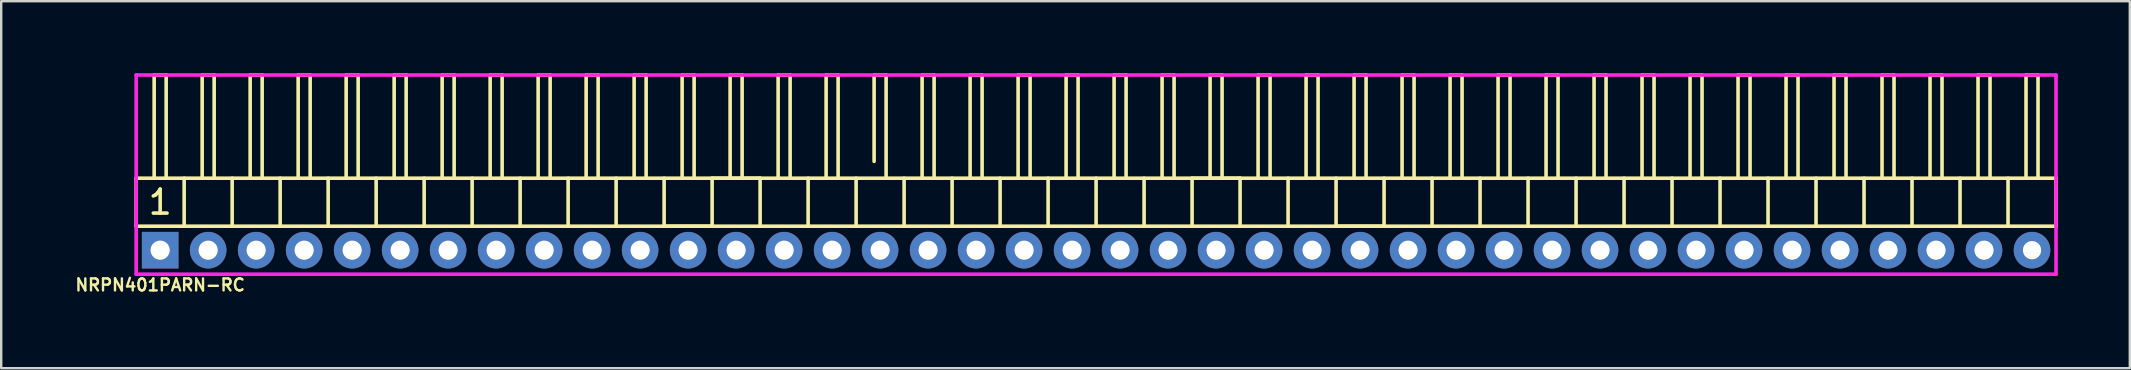
<source format=kicad_pcb>
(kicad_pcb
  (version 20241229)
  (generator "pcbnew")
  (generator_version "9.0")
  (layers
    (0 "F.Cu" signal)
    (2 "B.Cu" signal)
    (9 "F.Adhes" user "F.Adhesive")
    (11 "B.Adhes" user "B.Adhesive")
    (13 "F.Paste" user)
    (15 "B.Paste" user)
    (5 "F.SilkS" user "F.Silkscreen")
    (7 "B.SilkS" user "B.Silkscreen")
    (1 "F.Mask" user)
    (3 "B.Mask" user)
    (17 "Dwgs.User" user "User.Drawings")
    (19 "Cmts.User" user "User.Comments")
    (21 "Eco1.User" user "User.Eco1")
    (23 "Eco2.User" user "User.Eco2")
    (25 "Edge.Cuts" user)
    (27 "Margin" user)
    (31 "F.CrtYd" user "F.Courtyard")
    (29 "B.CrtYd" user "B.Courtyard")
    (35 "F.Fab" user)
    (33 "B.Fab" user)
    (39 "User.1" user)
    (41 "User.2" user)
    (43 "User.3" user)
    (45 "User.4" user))
  (footprint "NRPN401PARN-RC"
    (layer "F.Cu")
    (at 3.624 7.375)
    (property "Reference" "NRPN401PARN-RC" (at 0 1.45 0) (layer "F.SilkS") (effects (font (size 0.5 0.5) (thickness 0.1))))
    (attr through_hole)
    (fp_line (start -1 -3) (end -1 -1) (stroke (width 0.15) (type solid)) (layer "F.SilkS"))
    (fp_line (start -1 -1) (end 79 -1) (stroke (width 0.15) (type solid)) (layer "F.SilkS"))
    (fp_line (start -0.25 -3) (end -0.25 -7.3) (stroke (width 0.15) (type solid)) (layer "F.SilkS"))
    (fp_line (start 0.25 -7.3) (end -0.25 -7.3) (stroke (width 0.15) (type solid)) (layer "F.SilkS"))
    (fp_line (start 0.25 -3) (end 0.25 -7.3) (stroke (width 0.15) (type solid)) (layer "F.SilkS"))
    (fp_line (start 1 -3) (end 1 -1) (stroke (width 0.15) (type solid)) (layer "F.SilkS"))
    (fp_line (start 1.75 -3) (end 1.75 -7.3) (stroke (width 0.15) (type solid)) (layer "F.SilkS"))
    (fp_line (start 2.25 -7.3) (end 1.75 -7.3) (stroke (width 0.15) (type solid)) (layer "F.SilkS"))
    (fp_line (start 2.25 -3) (end 2.25 -7.3) (stroke (width 0.15) (type solid)) (layer "F.SilkS"))
    (fp_line (start 3 -1) (end 3 -3) (stroke (width 0.15) (type solid)) (layer "F.SilkS"))
    (fp_line (start 3.75 -3) (end 3.75 -7.3) (stroke (width 0.15) (type solid)) (layer "F.SilkS"))
    (fp_line (start 4.25 -7.3) (end 3.75 -7.3) (stroke (width 0.15) (type solid)) (layer "F.SilkS"))
    (fp_line (start 4.25 -3) (end 4.25 -7.3) (stroke (width 0.15) (type solid)) (layer "F.SilkS"))
    (fp_line (start 5 -3) (end 5 -1) (stroke (width 0.15) (type solid)) (layer "F.SilkS"))
    (fp_line (start 5.75 -3) (end 5.75 -7.3) (stroke (width 0.15) (type solid)) (layer "F.SilkS"))
    (fp_line (start 6.25 -7.3) (end 5.75 -7.3) (stroke (width 0.15) (type solid)) (layer "F.SilkS"))
    (fp_line (start 6.25 -3) (end 6.25 -7.3) (stroke (width 0.15) (type solid)) (layer "F.SilkS"))
    (fp_line (start 7 -1) (end 7 -3) (stroke (width 0.15) (type solid)) (layer "F.SilkS"))
    (fp_line (start 7.75 -3) (end 7.75 -7.3) (stroke (width 0.15) (type solid)) (layer "F.SilkS"))
    (fp_line (start 8.25 -7.3) (end 7.75 -7.3) (stroke (width 0.15) (type solid)) (layer "F.SilkS"))
    (fp_line (start 8.25 -3) (end 8.25 -7.3) (stroke (width 0.15) (type solid)) (layer "F.SilkS"))
    (fp_line (start 9 -1) (end 9 -3) (stroke (width 0.15) (type solid)) (layer "F.SilkS"))
    (fp_line (start 9.75 -3) (end 9.75 -7.3) (stroke (width 0.15) (type solid)) (layer "F.SilkS"))
    (fp_line (start 10.25 -7.3) (end 9.75 -7.3) (stroke (width 0.15) (type solid)) (layer "F.SilkS"))
    (fp_line (start 10.25 -3) (end 10.25 -7.3) (stroke (width 0.15) (type solid)) (layer "F.SilkS"))
    (fp_line (start 11 -3) (end 11 -1) (stroke (width 0.15) (type solid)) (layer "F.SilkS"))
    (fp_line (start 11.75 -3) (end 11.75 -7.3) (stroke (width 0.15) (type solid)) (layer "F.SilkS"))
    (fp_line (start 12.25 -7.3) (end 11.75 -7.3) (stroke (width 0.15) (type solid)) (layer "F.SilkS"))
    (fp_line (start 12.25 -3) (end 12.25 -7.3) (stroke (width 0.15) (type solid)) (layer "F.SilkS"))
    (fp_line (start 13 -1) (end 13 -3) (stroke (width 0.15) (type solid)) (layer "F.SilkS"))
    (fp_line (start 13.75 -3) (end 13.75 -7.3) (stroke (width 0.15) (type solid)) (layer "F.SilkS"))
    (fp_line (start 14.25 -7.3) (end 13.75 -7.3) (stroke (width 0.15) (type solid)) (layer "F.SilkS"))
    (fp_line (start 14.25 -3) (end 14.25 -7.3) (stroke (width 0.15) (type solid)) (layer "F.SilkS"))
    (fp_line (start 15 -3) (end 15 -1) (stroke (width 0.15) (type solid)) (layer "F.SilkS"))
    (fp_line (start 15.75 -3) (end 15.75 -7.3) (stroke (width 0.15) (type solid)) (layer "F.SilkS"))
    (fp_line (start 16.25 -7.3) (end 15.75 -7.3) (stroke (width 0.15) (type solid)) (layer "F.SilkS"))
    (fp_line (start 16.25 -3) (end 16.25 -7.3) (stroke (width 0.15) (type solid)) (layer "F.SilkS"))
    (fp_line (start 17 -1) (end 17 -3) (stroke (width 0.15) (type solid)) (layer "F.SilkS"))
    (fp_line (start 17.75 -3) (end 17.75 -7.3) (stroke (width 0.15) (type solid)) (layer "F.SilkS"))
    (fp_line (start 18.25 -7.3) (end 17.75 -7.3) (stroke (width 0.15) (type solid)) (layer "F.SilkS"))
    (fp_line (start 18.25 -3) (end 18.25 -7.3) (stroke (width 0.15) (type solid)) (layer "F.SilkS"))
    (fp_line (start 19 -1) (end 19 -3) (stroke (width 0.15) (type solid)) (layer "F.SilkS"))
    (fp_line (start 19.75 -3) (end 19.75 -7.3) (stroke (width 0.15) (type solid)) (layer "F.SilkS"))
    (fp_line (start 20.25 -7.3) (end 19.75 -7.3) (stroke (width 0.15) (type solid)) (layer "F.SilkS"))
    (fp_line (start 20.25 -3) (end 20.25 -7.3) (stroke (width 0.15) (type solid)) (layer "F.SilkS"))
    (fp_line (start 21 -3) (end 21 -1) (stroke (width 0.15) (type solid)) (layer "F.SilkS"))
    (fp_line (start 21 -1) (end 23 -1) (stroke (width 0.15) (type solid)) (layer "F.SilkS"))
    (fp_line (start 21.75 -3) (end 21.75 -7.3) (stroke (width 0.15) (type solid)) (layer "F.SilkS"))
    (fp_line (start 22.25 -7.3) (end 21.75 -7.3) (stroke (width 0.15) (type solid)) (layer "F.SilkS"))
    (fp_line (start 22.25 -3) (end 22.25 -7.3) (stroke (width 0.15) (type solid)) (layer "F.SilkS"))
    (fp_line (start 23 -3) (end 25 -3) (stroke (width 0.15) (type solid)) (layer "F.SilkS"))
    (fp_line (start 23 -1) (end 23 -3) (stroke (width 0.15) (type solid)) (layer "F.SilkS"))
    (fp_line (start 23.75 -3) (end 23.75 -7.3) (stroke (width 0.15) (type solid)) (layer "F.SilkS"))
    (fp_line (start 24.25 -7.3) (end 23.75 -7.3) (stroke (width 0.15) (type solid)) (layer "F.SilkS"))
    (fp_line (start 24.25 -3) (end 24.25 -7.3) (stroke (width 0.15) (type solid)) (layer "F.SilkS"))
    (fp_line (start 25 -3) (end 25 -1) (stroke (width 0.15) (type solid)) (layer "F.SilkS"))
    (fp_line (start 25.75 -3) (end 25.75 -7.3) (stroke (width 0.15) (type solid)) (layer "F.SilkS"))
    (fp_line (start 26.25 -7.3) (end 25.75 -7.3) (stroke (width 0.15) (type solid)) (layer "F.SilkS"))
    (fp_line (start 26.25 -3) (end 26.25 -7.3) (stroke (width 0.15) (type solid)) (layer "F.SilkS"))
    (fp_line (start 27 -3) (end 27 -1) (stroke (width 0.15) (type solid)) (layer "F.SilkS"))
    (fp_line (start 27.75 -3) (end 27.75 -7.3) (stroke (width 0.15) (type solid)) (layer "F.SilkS"))
    (fp_line (start 28.25 -7.3) (end 27.75 -7.3) (stroke (width 0.15) (type solid)) (layer "F.SilkS"))
    (fp_line (start 28.25 -3) (end 28.25 -7.3) (stroke (width 0.15) (type solid)) (layer "F.SilkS"))
    (fp_line (start 29 -1) (end 29 -3) (stroke (width 0.15) (type solid)) (layer "F.SilkS"))
    (fp_line (start 29.75 -3.7) (end 29.75 -7.3) (stroke (width 0.15) (type solid)) (layer "F.SilkS"))
    (fp_line (start 30.25 -7.3) (end 29.75 -7.3) (stroke (width 0.15) (type solid)) (layer "F.SilkS"))
    (fp_line (start 30.25 -3) (end 30.25 -7.3) (stroke (width 0.15) (type solid)) (layer "F.SilkS"))
    (fp_line (start 31 -1) (end 31 -3) (stroke (width 0.15) (type solid)) (layer "F.SilkS"))
    (fp_line (start 31.75 -3) (end 31.75 -7.3) (stroke (width 0.15) (type solid)) (layer "F.SilkS"))
    (fp_line (start 32.25 -7.3) (end 31.75 -7.3) (stroke (width 0.15) (type solid)) (layer "F.SilkS"))
    (fp_line (start 32.25 -3) (end 32.25 -7.3) (stroke (width 0.15) (type solid)) (layer "F.SilkS"))
    (fp_line (start 33 -1) (end 33 -3) (stroke (width 0.15) (type solid)) (layer "F.SilkS"))
    (fp_line (start 33.75 -3) (end 33.75 -7.3) (stroke (width 0.15) (type solid)) (layer "F.SilkS"))
    (fp_line (start 34.25 -7.3) (end 33.75 -7.3) (stroke (width 0.15) (type solid)) (layer "F.SilkS"))
    (fp_line (start 34.25 -3) (end 34.25 -7.3) (stroke (width 0.15) (type solid)) (layer "F.SilkS"))
    (fp_line (start 35 -1) (end 35 -3) (stroke (width 0.15) (type solid)) (layer "F.SilkS"))
    (fp_line (start 35.75 -3) (end 35.75 -7.3) (stroke (width 0.15) (type solid)) (layer "F.SilkS"))
    (fp_line (start 36.25 -7.3) (end 35.75 -7.3) (stroke (width 0.15) (type solid)) (layer "F.SilkS"))
    (fp_line (start 36.25 -3) (end 36.25 -7.3) (stroke (width 0.15) (type solid)) (layer "F.SilkS"))
    (fp_line (start 37 -1) (end 37 -3) (stroke (width 0.15) (type solid)) (layer "F.SilkS"))
    (fp_line (start 37.75 -3) (end 37.75 -7.3) (stroke (width 0.15) (type solid)) (layer "F.SilkS"))
    (fp_line (start 38.25 -7.3) (end 37.75 -7.3) (stroke (width 0.15) (type solid)) (layer "F.SilkS"))
    (fp_line (start 38.25 -3) (end 38.25 -7.3) (stroke (width 0.15) (type solid)) (layer "F.SilkS"))
    (fp_line (start 39 -3) (end 39 -1) (stroke (width 0.15) (type solid)) (layer "F.SilkS"))
    (fp_line (start 39.75 -3) (end 39.75 -7.3) (stroke (width 0.15) (type solid)) (layer "F.SilkS"))
    (fp_line (start 40.25 -7.3) (end 39.75 -7.3) (stroke (width 0.15) (type solid)) (layer "F.SilkS"))
    (fp_line (start 40.25 -3) (end 40.25 -7.3) (stroke (width 0.15) (type solid)) (layer "F.SilkS"))
    (fp_line (start 41 -1) (end 41 -3) (stroke (width 0.15) (type solid)) (layer "F.SilkS"))
    (fp_line (start 41.75 -3) (end 41.75 -7.3) (stroke (width 0.15) (type solid)) (layer "F.SilkS"))
    (fp_line (start 42.25 -7.3) (end 41.75 -7.3) (stroke (width 0.15) (type solid)) (layer "F.SilkS"))
    (fp_line (start 42.25 -3) (end 42.25 -7.3) (stroke (width 0.15) (type solid)) (layer "F.SilkS"))
    (fp_line (start 43 -3) (end 45 -3) (stroke (width 0.15) (type solid)) (layer "F.SilkS"))
    (fp_line (start 43 -1) (end 43 -3) (stroke (width 0.15) (type solid)) (layer "F.SilkS"))
    (fp_line (start 43.75 -3) (end 43.75 -7.3) (stroke (width 0.15) (type solid)) (layer "F.SilkS"))
    (fp_line (start 44.25 -7.3) (end 43.75 -7.3) (stroke (width 0.15) (type solid)) (layer "F.SilkS"))
    (fp_line (start 44.25 -3) (end 44.25 -7.3) (stroke (width 0.15) (type solid)) (layer "F.SilkS"))
    (fp_line (start 45 -3) (end 45 -1) (stroke (width 0.15) (type solid)) (layer "F.SilkS"))
    (fp_line (start 45.75 -3) (end 45.75 -7.3) (stroke (width 0.15) (type solid)) (layer "F.SilkS"))
    (fp_line (start 46.25 -7.3) (end 45.75 -7.3) (stroke (width 0.15) (type solid)) (layer "F.SilkS"))
    (fp_line (start 46.25 -3) (end 46.25 -7.3) (stroke (width 0.15) (type solid)) (layer "F.SilkS"))
    (fp_line (start 47 -1) (end 47 -3) (stroke (width 0.15) (type solid)) (layer "F.SilkS"))
    (fp_line (start 47.75 -3) (end 47.75 -7.3) (stroke (width 0.15) (type solid)) (layer "F.SilkS"))
    (fp_line (start 48.25 -7.3) (end 47.75 -7.3) (stroke (width 0.15) (type solid)) (layer "F.SilkS"))
    (fp_line (start 48.25 -3) (end 48.25 -7.3) (stroke (width 0.15) (type solid)) (layer "F.SilkS"))
    (fp_line (start 49 -3) (end 49 -1) (stroke (width 0.15) (type solid)) (layer "F.SilkS"))
    (fp_line (start 49 -1) (end 51 -1) (stroke (width 0.15) (type solid)) (layer "F.SilkS"))
    (fp_line (start 49.75 -3) (end 49.75 -7.3) (stroke (width 0.15) (type solid)) (layer "F.SilkS"))
    (fp_line (start 50.25 -7.3) (end 49.75 -7.3) (stroke (width 0.15) (type solid)) (layer "F.SilkS"))
    (fp_line (start 50.25 -3) (end 50.25 -7.3) (stroke (width 0.15) (type solid)) (layer "F.SilkS"))
    (fp_line (start 51 -3) (end 51 -1) (stroke (width 0.15) (type solid)) (layer "F.SilkS"))
    (fp_line (start 51.75 -3) (end 51.75 -7.3) (stroke (width 0.15) (type solid)) (layer "F.SilkS"))
    (fp_line (start 52.25 -7.3) (end 51.75 -7.3) (stroke (width 0.15) (type solid)) (layer "F.SilkS"))
    (fp_line (start 52.25 -3) (end 52.25 -7.3) (stroke (width 0.15) (type solid)) (layer "F.SilkS"))
    (fp_line (start 53 -1) (end 53 -3) (stroke (width 0.15) (type solid)) (layer "F.SilkS"))
    (fp_line (start 53.75 -3) (end 53.75 -7.3) (stroke (width 0.15) (type solid)) (layer "F.SilkS"))
    (fp_line (start 54.25 -7.3) (end 53.75 -7.3) (stroke (width 0.15) (type solid)) (layer "F.SilkS"))
    (fp_line (start 54.25 -3) (end 54.25 -7.3) (stroke (width 0.15) (type solid)) (layer "F.SilkS"))
    (fp_line (start 55 -3) (end 55 -1) (stroke (width 0.15) (type solid)) (layer "F.SilkS"))
    (fp_line (start 55.75 -3) (end 55.75 -7.3) (stroke (width 0.15) (type solid)) (layer "F.SilkS"))
    (fp_line (start 56.25 -7.3) (end 55.75 -7.3) (stroke (width 0.15) (type solid)) (layer "F.SilkS"))
    (fp_line (start 56.25 -3) (end 56.25 -7.3) (stroke (width 0.15) (type solid)) (layer "F.SilkS"))
    (fp_line (start 57 -3) (end 57 -1) (stroke (width 0.15) (type solid)) (layer "F.SilkS"))
    (fp_line (start 57.75 -3) (end 57.75 -7.3) (stroke (width 0.15) (type solid)) (layer "F.SilkS"))
    (fp_line (start 58.25 -7.3) (end 57.75 -7.3) (stroke (width 0.15) (type solid)) (layer "F.SilkS"))
    (fp_line (start 58.25 -3) (end 58.25 -7.3) (stroke (width 0.15) (type solid)) (layer "F.SilkS"))
    (fp_line (start 59 -3) (end 59 -1) (stroke (width 0.15) (type solid)) (layer "F.SilkS"))
    (fp_line (start 59.75 -3) (end 59.75 -7.3) (stroke (width 0.15) (type solid)) (layer "F.SilkS"))
    (fp_line (start 60.25 -7.3) (end 59.75 -7.3) (stroke (width 0.15) (type solid)) (layer "F.SilkS"))
    (fp_line (start 60.25 -3) (end 60.25 -7.3) (stroke (width 0.15) (type solid)) (layer "F.SilkS"))
    (fp_line (start 61 -1) (end 61 -3) (stroke (width 0.15) (type solid)) (layer "F.SilkS"))
    (fp_line (start 61.75 -3) (end 61.75 -7.3) (stroke (width 0.15) (type solid)) (layer "F.SilkS"))
    (fp_line (start 62.25 -7.3) (end 61.75 -7.3) (stroke (width 0.15) (type solid)) (layer "F.SilkS"))
    (fp_line (start 62.25 -3) (end 62.25 -7.3) (stroke (width 0.15) (type solid)) (layer "F.SilkS"))
    (fp_line (start 63 -1) (end 63 -3) (stroke (width 0.15) (type solid)) (layer "F.SilkS"))
    (fp_line (start 63.75 -3) (end 63.75 -7.3) (stroke (width 0.15) (type solid)) (layer "F.SilkS"))
    (fp_line (start 64.25 -7.3) (end 63.75 -7.3) (stroke (width 0.15) (type solid)) (layer "F.SilkS"))
    (fp_line (start 64.25 -3) (end 64.25 -7.3) (stroke (width 0.15) (type solid)) (layer "F.SilkS"))
    (fp_line (start 65 -1) (end 65 -3) (stroke (width 0.15) (type solid)) (layer "F.SilkS"))
    (fp_line (start 65.75 -3) (end 65.75 -7.3) (stroke (width 0.15) (type solid)) (layer "F.SilkS"))
    (fp_line (start 66.25 -7.3) (end 65.75 -7.3) (stroke (width 0.15) (type solid)) (layer "F.SilkS"))
    (fp_line (start 66.25 -3) (end 66.25 -7.3) (stroke (width 0.15) (type solid)) (layer "F.SilkS"))
    (fp_line (start 67 -1) (end 67 -3) (stroke (width 0.15) (type solid)) (layer "F.SilkS"))
    (fp_line (start 67.75 -3) (end 67.75 -7.3) (stroke (width 0.15) (type solid)) (layer "F.SilkS"))
    (fp_line (start 68.25 -7.3) (end 67.75 -7.3) (stroke (width 0.15) (type solid)) (layer "F.SilkS"))
    (fp_line (start 68.25 -3) (end 68.25 -7.3) (stroke (width 0.15) (type solid)) (layer "F.SilkS"))
    (fp_line (start 69 -1) (end 69 -3) (stroke (width 0.15) (type solid)) (layer "F.SilkS"))
    (fp_line (start 69.75 -3) (end 69.75 -7.3) (stroke (width 0.15) (type solid)) (layer "F.SilkS"))
    (fp_line (start 70.25 -7.3) (end 69.75 -7.3) (stroke (width 0.15) (type solid)) (layer "F.SilkS"))
    (fp_line (start 70.25 -3) (end 70.25 -7.3) (stroke (width 0.15) (type solid)) (layer "F.SilkS"))
    (fp_line (start 71 -1) (end 71 -3) (stroke (width 0.15) (type solid)) (layer "F.SilkS"))
    (fp_line (start 71.75 -3) (end 71.75 -7.3) (stroke (width 0.15) (type solid)) (layer "F.SilkS"))
    (fp_line (start 72.25 -7.3) (end 71.75 -7.3) (stroke (width 0.15) (type solid)) (layer "F.SilkS"))
    (fp_line (start 72.25 -3) (end 72.25 -7.3) (stroke (width 0.15) (type solid)) (layer "F.SilkS"))
    (fp_line (start 73 -1) (end 73 -3) (stroke (width 0.15) (type solid)) (layer "F.SilkS"))
    (fp_line (start 73.75 -3) (end 73.75 -7.3) (stroke (width 0.15) (type solid)) (layer "F.SilkS"))
    (fp_line (start 74.25 -7.3) (end 73.75 -7.3) (stroke (width 0.15) (type solid)) (layer "F.SilkS"))
    (fp_line (start 74.25 -3) (end 74.25 -7.3) (stroke (width 0.15) (type solid)) (layer "F.SilkS"))
    (fp_line (start 75 -1) (end 75 -3) (stroke (width 0.15) (type solid)) (layer "F.SilkS"))
    (fp_line (start 75.75 -3) (end 75.75 -7.3) (stroke (width 0.15) (type solid)) (layer "F.SilkS"))
    (fp_line (start 76.25 -7.3) (end 75.75 -7.3) (stroke (width 0.15) (type solid)) (layer "F.SilkS"))
    (fp_line (start 76.25 -3) (end 76.25 -7.3) (stroke (width 0.15) (type solid)) (layer "F.SilkS"))
    (fp_line (start 77 -1) (end 77 -3) (stroke (width 0.15) (type solid)) (layer "F.SilkS"))
    (fp_line (start 77.75 -3) (end 77.75 -7.3) (stroke (width 0.15) (type solid)) (layer "F.SilkS"))
    (fp_line (start 78.25 -7.3) (end 77.75 -7.3) (stroke (width 0.15) (type solid)) (layer "F.SilkS"))
    (fp_line (start 78.25 -3) (end 78.25 -7.3) (stroke (width 0.15) (type solid)) (layer "F.SilkS"))
    (fp_line (start 79 -3) (end -1 -3) (stroke (width 0.15) (type solid)) (layer "F.SilkS"))
    (fp_line (start 79 -1) (end 79 -3) (stroke (width 0.15) (type solid)) (layer "F.SilkS"))
    (fp_line (start -1 -7.3) (end -1 1) (stroke (width 0.15) (type solid)) (layer "F.CrtYd"))
    (fp_line (start -1 1) (end 79 1) (stroke (width 0.15) (type solid)) (layer "F.CrtYd"))
    (fp_line (start 79 -7.3) (end -1 -7.3) (stroke (width 0.15) (type solid)) (layer "F.CrtYd"))
    (fp_line (start 79 1) (end 79 -7.3) (stroke (width 0.15) (type solid)) (layer "F.CrtYd"))
    (fp_text user "1" (at 0 -2 0) (layer "F.SilkS") (effects (font (size 1 1) (thickness 0.15))))
    (pad "1" thru_hole rect (at 0 0) (size 1.524 1.524) (drill 0.8) (layers "*.Cu" "*.Mask"))
    (pad "2" thru_hole circle (at 2 0) (size 1.524 1.524) (drill 0.8) (layers "*.Cu" "*.Mask"))
    (pad "3" thru_hole circle (at 4 0) (size 1.524 1.524) (drill 0.8) (layers "*.Cu" "*.Mask"))
    (pad "4" thru_hole circle (at 6 0) (size 1.524 1.524) (drill 0.8) (layers "*.Cu" "*.Mask"))
    (pad "5" thru_hole circle (at 8 0) (size 1.524 1.524) (drill 0.8) (layers "*.Cu" "*.Mask"))
    (pad "6" thru_hole circle (at 10 0) (size 1.524 1.524) (drill 0.8) (layers "*.Cu" "*.Mask"))
    (pad "7" thru_hole circle (at 12 0) (size 1.524 1.524) (drill 0.8) (layers "*.Cu" "*.Mask"))
    (pad "8" thru_hole circle (at 14 0) (size 1.524 1.524) (drill 0.8) (layers "*.Cu" "*.Mask"))
    (pad "9" thru_hole circle (at 16 0) (size 1.524 1.524) (drill 0.8) (layers "*.Cu" "*.Mask"))
    (pad "10" thru_hole circle (at 18 0) (size 1.524 1.524) (drill 0.8) (layers "*.Cu" "*.Mask"))
    (pad "11" thru_hole circle (at 20 0) (size 1.524 1.524) (drill 0.8) (layers "*.Cu" "*.Mask"))
    (pad "12" thru_hole circle (at 22 0) (size 1.524 1.524) (drill 0.8) (layers "*.Cu" "*.Mask"))
    (pad "13" thru_hole circle (at 24 0) (size 1.524 1.524) (drill 0.8) (layers "*.Cu" "*.Mask"))
    (pad "14" thru_hole circle (at 26 0) (size 1.524 1.524) (drill 0.8) (layers "*.Cu" "*.Mask"))
    (pad "15" thru_hole circle (at 28 0) (size 1.524 1.524) (drill 0.8) (layers "*.Cu" "*.Mask"))
    (pad "16" thru_hole circle (at 30 0) (size 1.524 1.524) (drill 0.8) (layers "*.Cu" "*.Mask"))
    (pad "17" thru_hole circle (at 32 0) (size 1.524 1.524) (drill 0.8) (layers "*.Cu" "*.Mask"))
    (pad "18" thru_hole circle (at 34 0) (size 1.524 1.524) (drill 0.8) (layers "*.Cu" "*.Mask"))
    (pad "19" thru_hole circle (at 36 0) (size 1.524 1.524) (drill 0.8) (layers "*.Cu" "*.Mask"))
    (pad "20" thru_hole circle (at 38 0) (size 1.524 1.524) (drill 0.8) (layers "*.Cu" "*.Mask"))
    (pad "21" thru_hole circle (at 40 0) (size 1.524 1.524) (drill 0.8) (layers "*.Cu" "*.Mask"))
    (pad "22" thru_hole circle (at 42 0) (size 1.524 1.524) (drill 0.8) (layers "*.Cu" "*.Mask"))
    (pad "23" thru_hole circle (at 44 0) (size 1.524 1.524) (drill 0.8) (layers "*.Cu" "*.Mask"))
    (pad "24" thru_hole circle (at 46 0) (size 1.524 1.524) (drill 0.8) (layers "*.Cu" "*.Mask"))
    (pad "25" thru_hole circle (at 48 0) (size 1.524 1.524) (drill 0.8) (layers "*.Cu" "*.Mask"))
    (pad "26" thru_hole circle (at 50 0) (size 1.524 1.524) (drill 0.8) (layers "*.Cu" "*.Mask"))
    (pad "27" thru_hole circle (at 52 0) (size 1.524 1.524) (drill 0.8) (layers "*.Cu" "*.Mask"))
    (pad "28" thru_hole circle (at 54 0) (size 1.524 1.524) (drill 0.8) (layers "*.Cu" "*.Mask"))
    (pad "29" thru_hole circle (at 56 0) (size 1.524 1.524) (drill 0.8) (layers "*.Cu" "*.Mask"))
    (pad "30" thru_hole circle (at 58 0) (size 1.524 1.524) (drill 0.8) (layers "*.Cu" "*.Mask"))
    (pad "31" thru_hole circle (at 60 0) (size 1.524 1.524) (drill 0.8) (layers "*.Cu" "*.Mask"))
    (pad "32" thru_hole circle (at 62 0) (size 1.524 1.524) (drill 0.8) (layers "*.Cu" "*.Mask"))
    (pad "33" thru_hole circle (at 64 0) (size 1.524 1.524) (drill 0.8) (layers "*.Cu" "*.Mask"))
    (pad "34" thru_hole circle (at 66 0) (size 1.524 1.524) (drill 0.8) (layers "*.Cu" "*.Mask"))
    (pad "35" thru_hole circle (at 68 0) (size 1.524 1.524) (drill 0.8) (layers "*.Cu" "*.Mask"))
    (pad "36" thru_hole circle (at 70 0) (size 1.524 1.524) (drill 0.8) (layers "*.Cu" "*.Mask"))
    (pad "37" thru_hole circle (at 72 0) (size 1.524 1.524) (drill 0.8) (layers "*.Cu" "*.Mask"))
    (pad "38" thru_hole circle (at 74 0) (size 1.524 1.524) (drill 0.8) (layers "*.Cu" "*.Mask"))
    (pad "39" thru_hole circle (at 76 0) (size 1.524 1.524) (drill 0.8) (layers "*.Cu" "*.Mask"))
    (pad "40" thru_hole circle (at 78 0) (size 1.524 1.524) (drill 0.762) (layers "*.Cu" "*.Mask")))
  (gr_rect
    (start -3 -3)
    (end 85.699 12.293)
    (stroke (width 0.1) (type default))
    (fill no)
    (layer "Edge.Cuts")))
</source>
